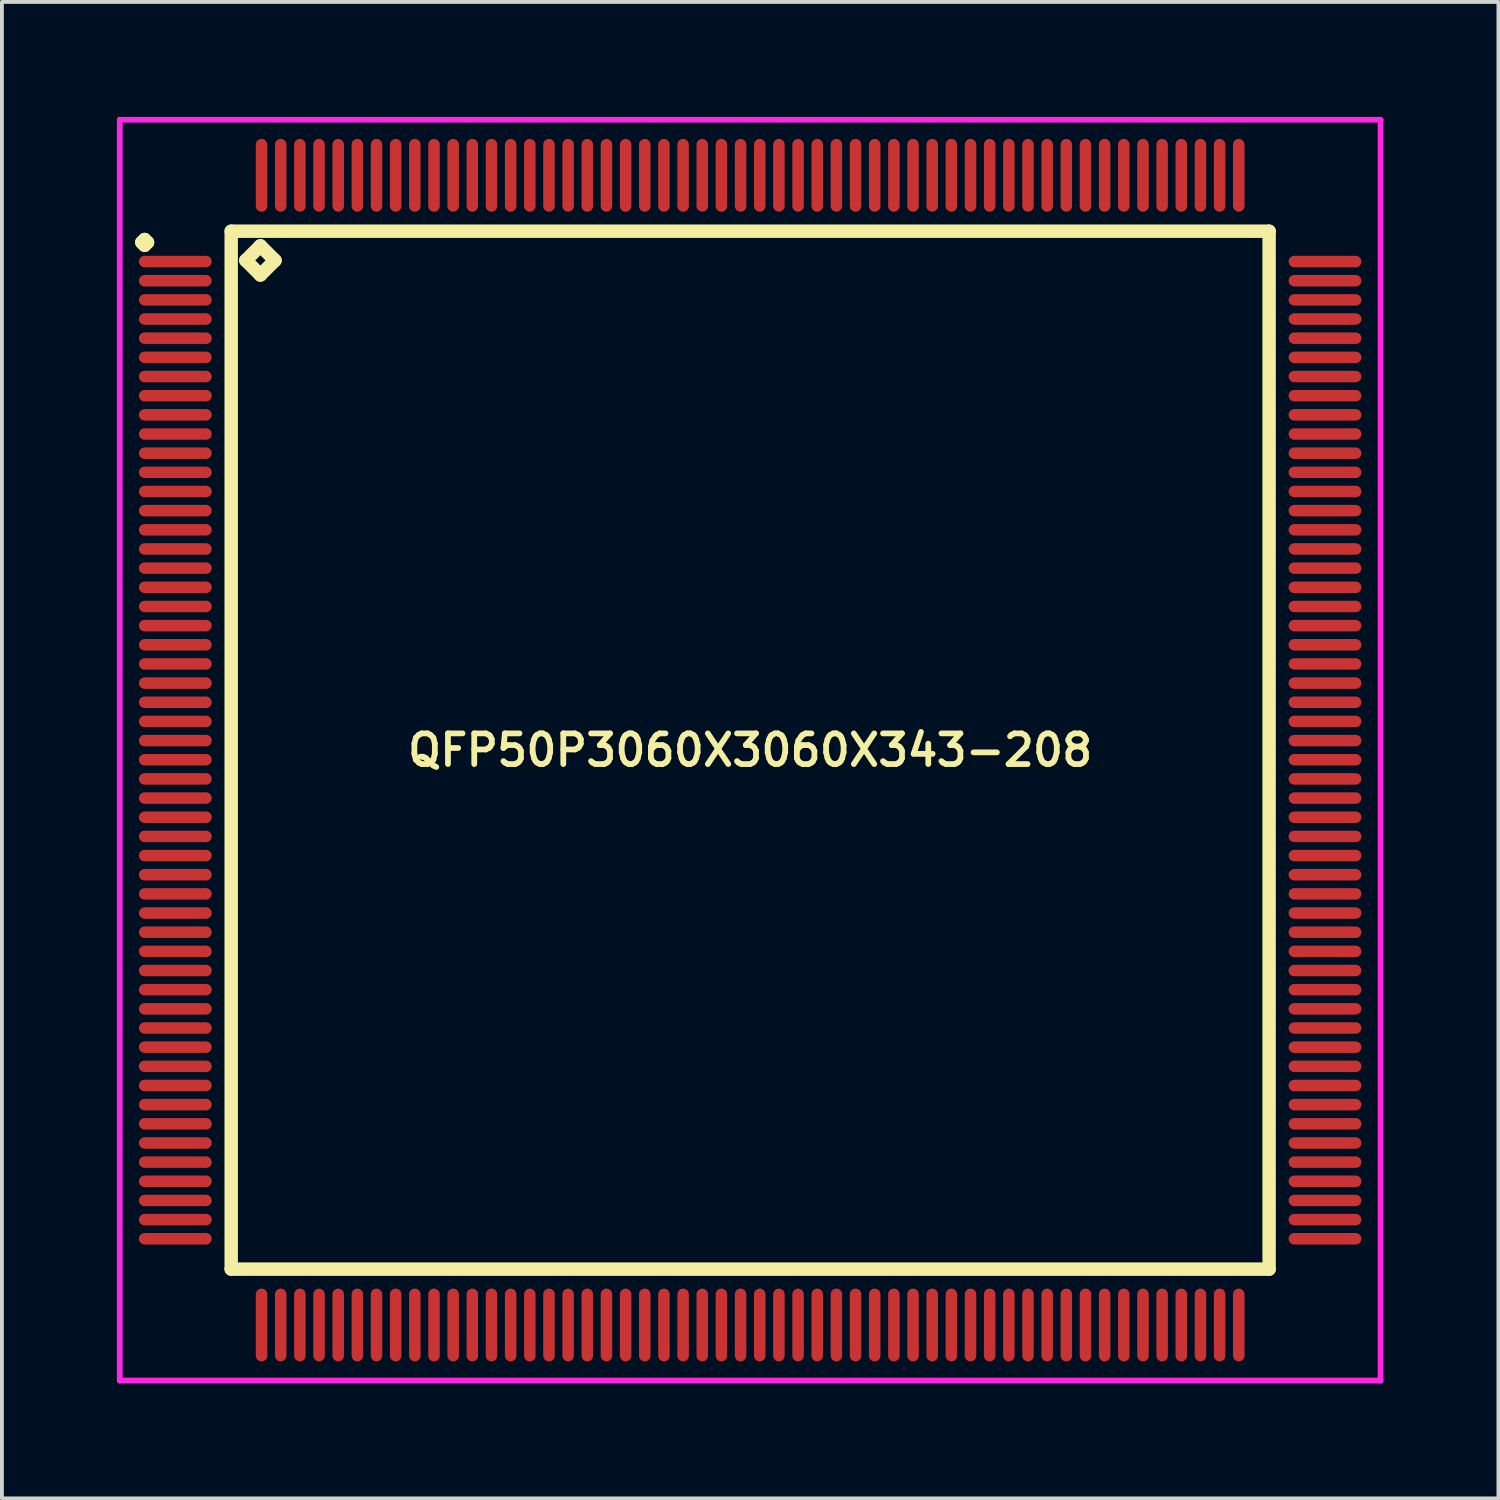
<source format=kicad_pcb>
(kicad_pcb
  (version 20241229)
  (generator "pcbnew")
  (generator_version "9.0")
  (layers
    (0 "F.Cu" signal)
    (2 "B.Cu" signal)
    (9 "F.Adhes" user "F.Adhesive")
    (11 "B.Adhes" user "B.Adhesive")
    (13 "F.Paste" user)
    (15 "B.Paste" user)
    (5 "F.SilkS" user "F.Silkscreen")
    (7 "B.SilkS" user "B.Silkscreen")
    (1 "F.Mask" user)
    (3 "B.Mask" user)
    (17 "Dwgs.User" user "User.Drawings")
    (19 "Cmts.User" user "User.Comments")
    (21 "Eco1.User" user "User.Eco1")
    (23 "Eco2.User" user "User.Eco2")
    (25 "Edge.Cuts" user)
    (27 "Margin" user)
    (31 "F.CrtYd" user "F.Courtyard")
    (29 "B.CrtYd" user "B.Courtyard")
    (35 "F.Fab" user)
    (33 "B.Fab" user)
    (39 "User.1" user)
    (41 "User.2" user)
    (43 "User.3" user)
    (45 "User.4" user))
  (footprint "QFP50P3060X3060X343-208"
    (layer "F.Cu")
    (at 16.525 16.525)
    (property "Reference" "QFP50P3060X3060X343-208" (at 0 0 0) (layer "F.SilkS") (effects (font (size 0.8 0.8) (thickness 0.15))))
    (attr smd)
    (fp_line (start -15.875 -13.25) (end -15.8 -13.325) (stroke (width 0.35) (type solid)) (layer "F.SilkS"))
    (fp_line (start -15.8 -13.325) (end -15.725 -13.25) (stroke (width 0.35) (type solid)) (layer "F.SilkS"))
    (fp_line (start -15.8 -13.175) (end -15.875 -13.25) (stroke (width 0.35) (type solid)) (layer "F.SilkS"))
    (fp_line (start -15.725 -13.25) (end -15.8 -13.175) (stroke (width 0.35) (type solid)) (layer "F.SilkS"))
    (fp_line (start -13.542 -13.542) (end -13.542 13.542) (stroke (width 0.35) (type solid)) (layer "F.SilkS"))
    (fp_line (start -13.542 13.542) (end 13.542 13.542) (stroke (width 0.35) (type solid)) (layer "F.SilkS"))
    (fp_line (start -13.161 -12.78) (end -12.78 -13.161) (stroke (width 0.35) (type solid)) (layer "F.SilkS"))
    (fp_line (start -12.78 -13.161) (end -12.399 -12.78) (stroke (width 0.35) (type solid)) (layer "F.SilkS"))
    (fp_line (start -12.78 -12.399) (end -13.161 -12.78) (stroke (width 0.35) (type solid)) (layer "F.SilkS"))
    (fp_line (start -12.399 -12.78) (end -12.78 -12.399) (stroke (width 0.35) (type solid)) (layer "F.SilkS"))
    (fp_line (start 13.542 -13.542) (end -13.542 -13.542) (stroke (width 0.35) (type solid)) (layer "F.SilkS"))
    (fp_line (start 13.542 13.542) (end 13.542 -13.542) (stroke (width 0.35) (type solid)) (layer "F.SilkS"))
    (fp_line (start -16.45 -16.45) (end 16.45 -16.45) (stroke (width 0.15) (type solid)) (layer "F.CrtYd"))
    (fp_line (start -16.45 16.45) (end -16.45 -16.45) (stroke (width 0.15) (type solid)) (layer "F.CrtYd"))
    (fp_line (start 16.45 -16.45) (end 16.45 16.45) (stroke (width 0.15) (type solid)) (layer "F.CrtYd"))
    (fp_line (start 16.45 16.45) (end -16.45 16.45) (stroke (width 0.15) (type solid)) (layer "F.CrtYd"))
    (pad "1" smd oval (at -15 -12.75) (size 1.9 0.3) (layers "F.Cu" "F.Mask" "F.Paste"))
    (pad "2" smd oval (at -15 -12.25) (size 1.9 0.3) (layers "F.Cu" "F.Mask" "F.Paste"))
    (pad "3" smd oval (at -15 -11.75) (size 1.9 0.3) (layers "F.Cu" "F.Mask" "F.Paste"))
    (pad "4" smd oval (at -15 -11.25) (size 1.9 0.3) (layers "F.Cu" "F.Mask" "F.Paste"))
    (pad "5" smd oval (at -15 -10.75) (size 1.9 0.3) (layers "F.Cu" "F.Mask" "F.Paste"))
    (pad "6" smd oval (at -15 -10.25) (size 1.9 0.3) (layers "F.Cu" "F.Mask" "F.Paste"))
    (pad "7" smd oval (at -15 -9.75) (size 1.9 0.3) (layers "F.Cu" "F.Mask" "F.Paste"))
    (pad "8" smd oval (at -15 -9.25) (size 1.9 0.3) (layers "F.Cu" "F.Mask" "F.Paste"))
    (pad "9" smd oval (at -15 -8.75) (size 1.9 0.3) (layers "F.Cu" "F.Mask" "F.Paste"))
    (pad "10" smd oval (at -15 -8.25) (size 1.9 0.3) (layers "F.Cu" "F.Mask" "F.Paste"))
    (pad "11" smd oval (at -15 -7.75) (size 1.9 0.3) (layers "F.Cu" "F.Mask" "F.Paste"))
    (pad "12" smd oval (at -15 -7.25) (size 1.9 0.3) (layers "F.Cu" "F.Mask" "F.Paste"))
    (pad "13" smd oval (at -15 -6.75) (size 1.9 0.3) (layers "F.Cu" "F.Mask" "F.Paste"))
    (pad "14" smd oval (at -15 -6.25) (size 1.9 0.3) (layers "F.Cu" "F.Mask" "F.Paste"))
    (pad "15" smd oval (at -15 -5.75) (size 1.9 0.3) (layers "F.Cu" "F.Mask" "F.Paste"))
    (pad "16" smd oval (at -15 -5.25) (size 1.9 0.3) (layers "F.Cu" "F.Mask" "F.Paste"))
    (pad "17" smd oval (at -15 -4.75) (size 1.9 0.3) (layers "F.Cu" "F.Mask" "F.Paste"))
    (pad "18" smd oval (at -15 -4.25) (size 1.9 0.3) (layers "F.Cu" "F.Mask" "F.Paste"))
    (pad "19" smd oval (at -15 -3.75) (size 1.9 0.3) (layers "F.Cu" "F.Mask" "F.Paste"))
    (pad "20" smd oval (at -15 -3.25) (size 1.9 0.3) (layers "F.Cu" "F.Mask" "F.Paste"))
    (pad "21" smd oval (at -15 -2.75) (size 1.9 0.3) (layers "F.Cu" "F.Mask" "F.Paste"))
    (pad "22" smd oval (at -15 -2.25) (size 1.9 0.3) (layers "F.Cu" "F.Mask" "F.Paste"))
    (pad "23" smd oval (at -15 -1.75) (size 1.9 0.3) (layers "F.Cu" "F.Mask" "F.Paste"))
    (pad "24" smd oval (at -15 -1.25) (size 1.9 0.3) (layers "F.Cu" "F.Mask" "F.Paste"))
    (pad "25" smd oval (at -15 -0.75) (size 1.9 0.3) (layers "F.Cu" "F.Mask" "F.Paste"))
    (pad "26" smd oval (at -15 -0.25) (size 1.9 0.3) (layers "F.Cu" "F.Mask" "F.Paste"))
    (pad "27" smd oval (at -15 0.25) (size 1.9 0.3) (layers "F.Cu" "F.Mask" "F.Paste"))
    (pad "28" smd oval (at -15 0.75) (size 1.9 0.3) (layers "F.Cu" "F.Mask" "F.Paste"))
    (pad "29" smd oval (at -15 1.25) (size 1.9 0.3) (layers "F.Cu" "F.Mask" "F.Paste"))
    (pad "30" smd oval (at -15 1.75) (size 1.9 0.3) (layers "F.Cu" "F.Mask" "F.Paste"))
    (pad "31" smd oval (at -15 2.25) (size 1.9 0.3) (layers "F.Cu" "F.Mask" "F.Paste"))
    (pad "32" smd oval (at -15 2.75) (size 1.9 0.3) (layers "F.Cu" "F.Mask" "F.Paste"))
    (pad "33" smd oval (at -15 3.25) (size 1.9 0.3) (layers "F.Cu" "F.Mask" "F.Paste"))
    (pad "34" smd oval (at -15 3.75) (size 1.9 0.3) (layers "F.Cu" "F.Mask" "F.Paste"))
    (pad "35" smd oval (at -15 4.25) (size 1.9 0.3) (layers "F.Cu" "F.Mask" "F.Paste"))
    (pad "36" smd oval (at -15 4.75) (size 1.9 0.3) (layers "F.Cu" "F.Mask" "F.Paste"))
    (pad "37" smd oval (at -15 5.25) (size 1.9 0.3) (layers "F.Cu" "F.Mask" "F.Paste"))
    (pad "38" smd oval (at -15 5.75) (size 1.9 0.3) (layers "F.Cu" "F.Mask" "F.Paste"))
    (pad "39" smd oval (at -15 6.25) (size 1.9 0.3) (layers "F.Cu" "F.Mask" "F.Paste"))
    (pad "40" smd oval (at -15 6.75) (size 1.9 0.3) (layers "F.Cu" "F.Mask" "F.Paste"))
    (pad "41" smd oval (at -15 7.25) (size 1.9 0.3) (layers "F.Cu" "F.Mask" "F.Paste"))
    (pad "42" smd oval (at -15 7.75) (size 1.9 0.3) (layers "F.Cu" "F.Mask" "F.Paste"))
    (pad "43" smd oval (at -15 8.25) (size 1.9 0.3) (layers "F.Cu" "F.Mask" "F.Paste"))
    (pad "44" smd oval (at -15 8.75) (size 1.9 0.3) (layers "F.Cu" "F.Mask" "F.Paste"))
    (pad "45" smd oval (at -15 9.25) (size 1.9 0.3) (layers "F.Cu" "F.Mask" "F.Paste"))
    (pad "46" smd oval (at -15 9.75) (size 1.9 0.3) (layers "F.Cu" "F.Mask" "F.Paste"))
    (pad "47" smd oval (at -15 10.25) (size 1.9 0.3) (layers "F.Cu" "F.Mask" "F.Paste"))
    (pad "48" smd oval (at -15 10.75) (size 1.9 0.3) (layers "F.Cu" "F.Mask" "F.Paste"))
    (pad "49" smd oval (at -15 11.25) (size 1.9 0.3) (layers "F.Cu" "F.Mask" "F.Paste"))
    (pad "50" smd oval (at -15 11.75) (size 1.9 0.3) (layers "F.Cu" "F.Mask" "F.Paste"))
    (pad "51" smd oval (at -15 12.25) (size 1.9 0.3) (layers "F.Cu" "F.Mask" "F.Paste"))
    (pad "52" smd oval (at -15 12.75) (size 1.9 0.3) (layers "F.Cu" "F.Mask" "F.Paste"))
    (pad "53" smd oval (at -12.75 15) (size 0.3 1.9) (layers "F.Cu" "F.Mask" "F.Paste"))
    (pad "54" smd oval (at -12.25 15) (size 0.3 1.9) (layers "F.Cu" "F.Mask" "F.Paste"))
    (pad "55" smd oval (at -11.75 15) (size 0.3 1.9) (layers "F.Cu" "F.Mask" "F.Paste"))
    (pad "56" smd oval (at -11.25 15) (size 0.3 1.9) (layers "F.Cu" "F.Mask" "F.Paste"))
    (pad "57" smd oval (at -10.75 15) (size 0.3 1.9) (layers "F.Cu" "F.Mask" "F.Paste"))
    (pad "58" smd oval (at -10.25 15) (size 0.3 1.9) (layers "F.Cu" "F.Mask" "F.Paste"))
    (pad "59" smd oval (at -9.75 15) (size 0.3 1.9) (layers "F.Cu" "F.Mask" "F.Paste"))
    (pad "60" smd oval (at -9.25 15) (size 0.3 1.9) (layers "F.Cu" "F.Mask" "F.Paste"))
    (pad "61" smd oval (at -8.75 15) (size 0.3 1.9) (layers "F.Cu" "F.Mask" "F.Paste"))
    (pad "62" smd oval (at -8.25 15) (size 0.3 1.9) (layers "F.Cu" "F.Mask" "F.Paste"))
    (pad "63" smd oval (at -7.75 15) (size 0.3 1.9) (layers "F.Cu" "F.Mask" "F.Paste"))
    (pad "64" smd oval (at -7.25 15) (size 0.3 1.9) (layers "F.Cu" "F.Mask" "F.Paste"))
    (pad "65" smd oval (at -6.75 15) (size 0.3 1.9) (layers "F.Cu" "F.Mask" "F.Paste"))
    (pad "66" smd oval (at -6.25 15) (size 0.3 1.9) (layers "F.Cu" "F.Mask" "F.Paste"))
    (pad "67" smd oval (at -5.75 15) (size 0.3 1.9) (layers "F.Cu" "F.Mask" "F.Paste"))
    (pad "68" smd oval (at -5.25 15) (size 0.3 1.9) (layers "F.Cu" "F.Mask" "F.Paste"))
    (pad "69" smd oval (at -4.75 15) (size 0.3 1.9) (layers "F.Cu" "F.Mask" "F.Paste"))
    (pad "70" smd oval (at -4.25 15) (size 0.3 1.9) (layers "F.Cu" "F.Mask" "F.Paste"))
    (pad "71" smd oval (at -3.75 15) (size 0.3 1.9) (layers "F.Cu" "F.Mask" "F.Paste"))
    (pad "72" smd oval (at -3.25 15) (size 0.3 1.9) (layers "F.Cu" "F.Mask" "F.Paste"))
    (pad "73" smd oval (at -2.75 15) (size 0.3 1.9) (layers "F.Cu" "F.Mask" "F.Paste"))
    (pad "74" smd oval (at -2.25 15) (size 0.3 1.9) (layers "F.Cu" "F.Mask" "F.Paste"))
    (pad "75" smd oval (at -1.75 15) (size 0.3 1.9) (layers "F.Cu" "F.Mask" "F.Paste"))
    (pad "76" smd oval (at -1.25 15) (size 0.3 1.9) (layers "F.Cu" "F.Mask" "F.Paste"))
    (pad "77" smd oval (at -0.75 15) (size 0.3 1.9) (layers "F.Cu" "F.Mask" "F.Paste"))
    (pad "78" smd oval (at -0.25 15) (size 0.3 1.9) (layers "F.Cu" "F.Mask" "F.Paste"))
    (pad "79" smd oval (at 0.25 15) (size 0.3 1.9) (layers "F.Cu" "F.Mask" "F.Paste"))
    (pad "80" smd oval (at 0.75 15) (size 0.3 1.9) (layers "F.Cu" "F.Mask" "F.Paste"))
    (pad "81" smd oval (at 1.25 15) (size 0.3 1.9) (layers "F.Cu" "F.Mask" "F.Paste"))
    (pad "82" smd oval (at 1.75 15) (size 0.3 1.9) (layers "F.Cu" "F.Mask" "F.Paste"))
    (pad "83" smd oval (at 2.25 15) (size 0.3 1.9) (layers "F.Cu" "F.Mask" "F.Paste"))
    (pad "84" smd oval (at 2.75 15) (size 0.3 1.9) (layers "F.Cu" "F.Mask" "F.Paste"))
    (pad "85" smd oval (at 3.25 15) (size 0.3 1.9) (layers "F.Cu" "F.Mask" "F.Paste"))
    (pad "86" smd oval (at 3.75 15) (size 0.3 1.9) (layers "F.Cu" "F.Mask" "F.Paste"))
    (pad "87" smd oval (at 4.25 15) (size 0.3 1.9) (layers "F.Cu" "F.Mask" "F.Paste"))
    (pad "88" smd oval (at 4.75 15) (size 0.3 1.9) (layers "F.Cu" "F.Mask" "F.Paste"))
    (pad "89" smd oval (at 5.25 15) (size 0.3 1.9) (layers "F.Cu" "F.Mask" "F.Paste"))
    (pad "90" smd oval (at 5.75 15) (size 0.3 1.9) (layers "F.Cu" "F.Mask" "F.Paste"))
    (pad "91" smd oval (at 6.25 15) (size 0.3 1.9) (layers "F.Cu" "F.Mask" "F.Paste"))
    (pad "92" smd oval (at 6.75 15) (size 0.3 1.9) (layers "F.Cu" "F.Mask" "F.Paste"))
    (pad "93" smd oval (at 7.25 15) (size 0.3 1.9) (layers "F.Cu" "F.Mask" "F.Paste"))
    (pad "94" smd oval (at 7.75 15) (size 0.3 1.9) (layers "F.Cu" "F.Mask" "F.Paste"))
    (pad "95" smd oval (at 8.25 15) (size 0.3 1.9) (layers "F.Cu" "F.Mask" "F.Paste"))
    (pad "96" smd oval (at 8.75 15) (size 0.3 1.9) (layers "F.Cu" "F.Mask" "F.Paste"))
    (pad "97" smd oval (at 9.25 15) (size 0.3 1.9) (layers "F.Cu" "F.Mask" "F.Paste"))
    (pad "98" smd oval (at 9.75 15) (size 0.3 1.9) (layers "F.Cu" "F.Mask" "F.Paste"))
    (pad "99" smd oval (at 10.25 15) (size 0.3 1.9) (layers "F.Cu" "F.Mask" "F.Paste"))
    (pad "100" smd oval (at 10.75 15) (size 0.3 1.9) (layers "F.Cu" "F.Mask" "F.Paste"))
    (pad "101" smd oval (at 11.25 15) (size 0.3 1.9) (layers "F.Cu" "F.Mask" "F.Paste"))
    (pad "102" smd oval (at 11.75 15) (size 0.3 1.9) (layers "F.Cu" "F.Mask" "F.Paste"))
    (pad "103" smd oval (at 12.25 15) (size 0.3 1.9) (layers "F.Cu" "F.Mask" "F.Paste"))
    (pad "104" smd oval (at 12.75 15) (size 0.3 1.9) (layers "F.Cu" "F.Mask" "F.Paste"))
    (pad "105" smd oval (at 15 12.75) (size 1.9 0.3) (layers "F.Cu" "F.Mask" "F.Paste"))
    (pad "106" smd oval (at 15 12.25) (size 1.9 0.3) (layers "F.Cu" "F.Mask" "F.Paste"))
    (pad "107" smd oval (at 15 11.75) (size 1.9 0.3) (layers "F.Cu" "F.Mask" "F.Paste"))
    (pad "108" smd oval (at 15 11.25) (size 1.9 0.3) (layers "F.Cu" "F.Mask" "F.Paste"))
    (pad "109" smd oval (at 15 10.75) (size 1.9 0.3) (layers "F.Cu" "F.Mask" "F.Paste"))
    (pad "110" smd oval (at 15 10.25) (size 1.9 0.3) (layers "F.Cu" "F.Mask" "F.Paste"))
    (pad "111" smd oval (at 15 9.75) (size 1.9 0.3) (layers "F.Cu" "F.Mask" "F.Paste"))
    (pad "112" smd oval (at 15 9.25) (size 1.9 0.3) (layers "F.Cu" "F.Mask" "F.Paste"))
    (pad "113" smd oval (at 15 8.75) (size 1.9 0.3) (layers "F.Cu" "F.Mask" "F.Paste"))
    (pad "114" smd oval (at 15 8.25) (size 1.9 0.3) (layers "F.Cu" "F.Mask" "F.Paste"))
    (pad "115" smd oval (at 15 7.75) (size 1.9 0.3) (layers "F.Cu" "F.Mask" "F.Paste"))
    (pad "116" smd oval (at 15 7.25) (size 1.9 0.3) (layers "F.Cu" "F.Mask" "F.Paste"))
    (pad "117" smd oval (at 15 6.75) (size 1.9 0.3) (layers "F.Cu" "F.Mask" "F.Paste"))
    (pad "118" smd oval (at 15 6.25) (size 1.9 0.3) (layers "F.Cu" "F.Mask" "F.Paste"))
    (pad "119" smd oval (at 15 5.75) (size 1.9 0.3) (layers "F.Cu" "F.Mask" "F.Paste"))
    (pad "120" smd oval (at 15 5.25) (size 1.9 0.3) (layers "F.Cu" "F.Mask" "F.Paste"))
    (pad "121" smd oval (at 15 4.75) (size 1.9 0.3) (layers "F.Cu" "F.Mask" "F.Paste"))
    (pad "122" smd oval (at 15 4.25) (size 1.9 0.3) (layers "F.Cu" "F.Mask" "F.Paste"))
    (pad "123" smd oval (at 15 3.75) (size 1.9 0.3) (layers "F.Cu" "F.Mask" "F.Paste"))
    (pad "124" smd oval (at 15 3.25) (size 1.9 0.3) (layers "F.Cu" "F.Mask" "F.Paste"))
    (pad "125" smd oval (at 15 2.75) (size 1.9 0.3) (layers "F.Cu" "F.Mask" "F.Paste"))
    (pad "126" smd oval (at 15 2.25) (size 1.9 0.3) (layers "F.Cu" "F.Mask" "F.Paste"))
    (pad "127" smd oval (at 15 1.75) (size 1.9 0.3) (layers "F.Cu" "F.Mask" "F.Paste"))
    (pad "128" smd oval (at 15 1.25) (size 1.9 0.3) (layers "F.Cu" "F.Mask" "F.Paste"))
    (pad "129" smd oval (at 15 0.75) (size 1.9 0.3) (layers "F.Cu" "F.Mask" "F.Paste"))
    (pad "130" smd oval (at 15 0.25) (size 1.9 0.3) (layers "F.Cu" "F.Mask" "F.Paste"))
    (pad "131" smd oval (at 15 -0.25) (size 1.9 0.3) (layers "F.Cu" "F.Mask" "F.Paste"))
    (pad "132" smd oval (at 15 -0.75) (size 1.9 0.3) (layers "F.Cu" "F.Mask" "F.Paste"))
    (pad "133" smd oval (at 15 -1.25) (size 1.9 0.3) (layers "F.Cu" "F.Mask" "F.Paste"))
    (pad "134" smd oval (at 15 -1.75) (size 1.9 0.3) (layers "F.Cu" "F.Mask" "F.Paste"))
    (pad "135" smd oval (at 15 -2.25) (size 1.9 0.3) (layers "F.Cu" "F.Mask" "F.Paste"))
    (pad "136" smd oval (at 15 -2.75) (size 1.9 0.3) (layers "F.Cu" "F.Mask" "F.Paste"))
    (pad "137" smd oval (at 15 -3.25) (size 1.9 0.3) (layers "F.Cu" "F.Mask" "F.Paste"))
    (pad "138" smd oval (at 15 -3.75) (size 1.9 0.3) (layers "F.Cu" "F.Mask" "F.Paste"))
    (pad "139" smd oval (at 15 -4.25) (size 1.9 0.3) (layers "F.Cu" "F.Mask" "F.Paste"))
    (pad "140" smd oval (at 15 -4.75) (size 1.9 0.3) (layers "F.Cu" "F.Mask" "F.Paste"))
    (pad "141" smd oval (at 15 -5.25) (size 1.9 0.3) (layers "F.Cu" "F.Mask" "F.Paste"))
    (pad "142" smd oval (at 15 -5.75) (size 1.9 0.3) (layers "F.Cu" "F.Mask" "F.Paste"))
    (pad "143" smd oval (at 15 -6.25) (size 1.9 0.3) (layers "F.Cu" "F.Mask" "F.Paste"))
    (pad "144" smd oval (at 15 -6.75) (size 1.9 0.3) (layers "F.Cu" "F.Mask" "F.Paste"))
    (pad "145" smd oval (at 15 -7.25) (size 1.9 0.3) (layers "F.Cu" "F.Mask" "F.Paste"))
    (pad "146" smd oval (at 15 -7.75) (size 1.9 0.3) (layers "F.Cu" "F.Mask" "F.Paste"))
    (pad "147" smd oval (at 15 -8.25) (size 1.9 0.3) (layers "F.Cu" "F.Mask" "F.Paste"))
    (pad "148" smd oval (at 15 -8.75) (size 1.9 0.3) (layers "F.Cu" "F.Mask" "F.Paste"))
    (pad "149" smd oval (at 15 -9.25) (size 1.9 0.3) (layers "F.Cu" "F.Mask" "F.Paste"))
    (pad "150" smd oval (at 15 -9.75) (size 1.9 0.3) (layers "F.Cu" "F.Mask" "F.Paste"))
    (pad "151" smd oval (at 15 -10.25) (size 1.9 0.3) (layers "F.Cu" "F.Mask" "F.Paste"))
    (pad "152" smd oval (at 15 -10.75) (size 1.9 0.3) (layers "F.Cu" "F.Mask" "F.Paste"))
    (pad "153" smd oval (at 15 -11.25) (size 1.9 0.3) (layers "F.Cu" "F.Mask" "F.Paste"))
    (pad "154" smd oval (at 15 -11.75) (size 1.9 0.3) (layers "F.Cu" "F.Mask" "F.Paste"))
    (pad "155" smd oval (at 15 -12.25) (size 1.9 0.3) (layers "F.Cu" "F.Mask" "F.Paste"))
    (pad "156" smd oval (at 15 -12.75) (size 1.9 0.3) (layers "F.Cu" "F.Mask" "F.Paste"))
    (pad "157" smd oval (at 12.75 -15) (size 0.3 1.9) (layers "F.Cu" "F.Mask" "F.Paste"))
    (pad "158" smd oval (at 12.25 -15) (size 0.3 1.9) (layers "F.Cu" "F.Mask" "F.Paste"))
    (pad "159" smd oval (at 11.75 -15) (size 0.3 1.9) (layers "F.Cu" "F.Mask" "F.Paste"))
    (pad "160" smd oval (at 11.25 -15) (size 0.3 1.9) (layers "F.Cu" "F.Mask" "F.Paste"))
    (pad "161" smd oval (at 10.75 -15) (size 0.3 1.9) (layers "F.Cu" "F.Mask" "F.Paste"))
    (pad "162" smd oval (at 10.25 -15) (size 0.3 1.9) (layers "F.Cu" "F.Mask" "F.Paste"))
    (pad "163" smd oval (at 9.75 -15) (size 0.3 1.9) (layers "F.Cu" "F.Mask" "F.Paste"))
    (pad "164" smd oval (at 9.25 -15) (size 0.3 1.9) (layers "F.Cu" "F.Mask" "F.Paste"))
    (pad "165" smd oval (at 8.75 -15) (size 0.3 1.9) (layers "F.Cu" "F.Mask" "F.Paste"))
    (pad "166" smd oval (at 8.25 -15) (size 0.3 1.9) (layers "F.Cu" "F.Mask" "F.Paste"))
    (pad "167" smd oval (at 7.75 -15) (size 0.3 1.9) (layers "F.Cu" "F.Mask" "F.Paste"))
    (pad "168" smd oval (at 7.25 -15) (size 0.3 1.9) (layers "F.Cu" "F.Mask" "F.Paste"))
    (pad "169" smd oval (at 6.75 -15) (size 0.3 1.9) (layers "F.Cu" "F.Mask" "F.Paste"))
    (pad "170" smd oval (at 6.25 -15) (size 0.3 1.9) (layers "F.Cu" "F.Mask" "F.Paste"))
    (pad "171" smd oval (at 5.75 -15) (size 0.3 1.9) (layers "F.Cu" "F.Mask" "F.Paste"))
    (pad "172" smd oval (at 5.25 -15) (size 0.3 1.9) (layers "F.Cu" "F.Mask" "F.Paste"))
    (pad "173" smd oval (at 4.75 -15) (size 0.3 1.9) (layers "F.Cu" "F.Mask" "F.Paste"))
    (pad "174" smd oval (at 4.25 -15) (size 0.3 1.9) (layers "F.Cu" "F.Mask" "F.Paste"))
    (pad "175" smd oval (at 3.75 -15) (size 0.3 1.9) (layers "F.Cu" "F.Mask" "F.Paste"))
    (pad "176" smd oval (at 3.25 -15) (size 0.3 1.9) (layers "F.Cu" "F.Mask" "F.Paste"))
    (pad "177" smd oval (at 2.75 -15) (size 0.3 1.9) (layers "F.Cu" "F.Mask" "F.Paste"))
    (pad "178" smd oval (at 2.25 -15) (size 0.3 1.9) (layers "F.Cu" "F.Mask" "F.Paste"))
    (pad "179" smd oval (at 1.75 -15) (size 0.3 1.9) (layers "F.Cu" "F.Mask" "F.Paste"))
    (pad "180" smd oval (at 1.25 -15) (size 0.3 1.9) (layers "F.Cu" "F.Mask" "F.Paste"))
    (pad "181" smd oval (at 0.75 -15) (size 0.3 1.9) (layers "F.Cu" "F.Mask" "F.Paste"))
    (pad "182" smd oval (at 0.25 -15) (size 0.3 1.9) (layers "F.Cu" "F.Mask" "F.Paste"))
    (pad "183" smd oval (at -0.25 -15) (size 0.3 1.9) (layers "F.Cu" "F.Mask" "F.Paste"))
    (pad "184" smd oval (at -0.75 -15) (size 0.3 1.9) (layers "F.Cu" "F.Mask" "F.Paste"))
    (pad "185" smd oval (at -1.25 -15) (size 0.3 1.9) (layers "F.Cu" "F.Mask" "F.Paste"))
    (pad "186" smd oval (at -1.75 -15) (size 0.3 1.9) (layers "F.Cu" "F.Mask" "F.Paste"))
    (pad "187" smd oval (at -2.25 -15) (size 0.3 1.9) (layers "F.Cu" "F.Mask" "F.Paste"))
    (pad "188" smd oval (at -2.75 -15) (size 0.3 1.9) (layers "F.Cu" "F.Mask" "F.Paste"))
    (pad "189" smd oval (at -3.25 -15) (size 0.3 1.9) (layers "F.Cu" "F.Mask" "F.Paste"))
    (pad "190" smd oval (at -3.75 -15) (size 0.3 1.9) (layers "F.Cu" "F.Mask" "F.Paste"))
    (pad "191" smd oval (at -4.25 -15) (size 0.3 1.9) (layers "F.Cu" "F.Mask" "F.Paste"))
    (pad "192" smd oval (at -4.75 -15) (size 0.3 1.9) (layers "F.Cu" "F.Mask" "F.Paste"))
    (pad "193" smd oval (at -5.25 -15) (size 0.3 1.9) (layers "F.Cu" "F.Mask" "F.Paste"))
    (pad "194" smd oval (at -5.75 -15) (size 0.3 1.9) (layers "F.Cu" "F.Mask" "F.Paste"))
    (pad "195" smd oval (at -6.25 -15) (size 0.3 1.9) (layers "F.Cu" "F.Mask" "F.Paste"))
    (pad "196" smd oval (at -6.75 -15) (size 0.3 1.9) (layers "F.Cu" "F.Mask" "F.Paste"))
    (pad "197" smd oval (at -7.25 -15) (size 0.3 1.9) (layers "F.Cu" "F.Mask" "F.Paste"))
    (pad "198" smd oval (at -7.75 -15) (size 0.3 1.9) (layers "F.Cu" "F.Mask" "F.Paste"))
    (pad "199" smd oval (at -8.25 -15) (size 0.3 1.9) (layers "F.Cu" "F.Mask" "F.Paste"))
    (pad "200" smd oval (at -8.75 -15) (size 0.3 1.9) (layers "F.Cu" "F.Mask" "F.Paste"))
    (pad "201" smd oval (at -9.25 -15) (size 0.3 1.9) (layers "F.Cu" "F.Mask" "F.Paste"))
    (pad "202" smd oval (at -9.75 -15) (size 0.3 1.9) (layers "F.Cu" "F.Mask" "F.Paste"))
    (pad "203" smd oval (at -10.25 -15) (size 0.3 1.9) (layers "F.Cu" "F.Mask" "F.Paste"))
    (pad "204" smd oval (at -10.75 -15) (size 0.3 1.9) (layers "F.Cu" "F.Mask" "F.Paste"))
    (pad "205" smd oval (at -11.25 -15) (size 0.3 1.9) (layers "F.Cu" "F.Mask" "F.Paste"))
    (pad "206" smd oval (at -11.75 -15) (size 0.3 1.9) (layers "F.Cu" "F.Mask" "F.Paste"))
    (pad "207" smd oval (at -12.25 -15) (size 0.3 1.9) (layers "F.Cu" "F.Mask" "F.Paste"))
    (pad "208" smd oval (at -12.75 -15) (size 0.3 1.9) (layers "F.Cu" "F.Mask" "F.Paste")))
  (gr_rect
    (start -3 -3)
    (end 36.05 36.05)
    (stroke (width 0.1) (type default))
    (fill no)
    (layer "Edge.Cuts")))
</source>
